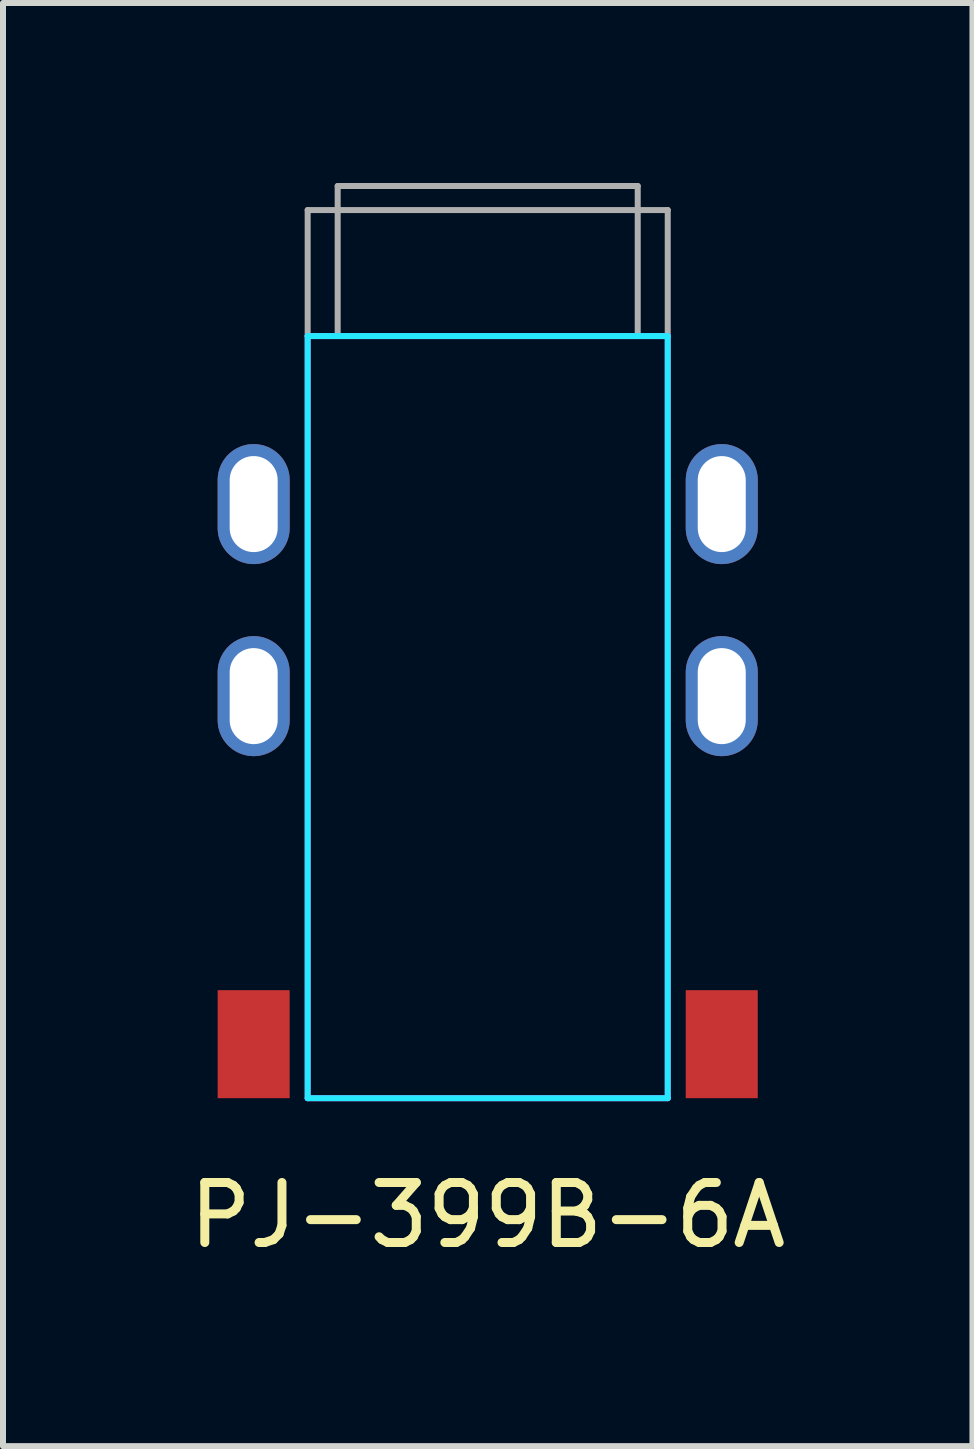
<source format=kicad_pcb>
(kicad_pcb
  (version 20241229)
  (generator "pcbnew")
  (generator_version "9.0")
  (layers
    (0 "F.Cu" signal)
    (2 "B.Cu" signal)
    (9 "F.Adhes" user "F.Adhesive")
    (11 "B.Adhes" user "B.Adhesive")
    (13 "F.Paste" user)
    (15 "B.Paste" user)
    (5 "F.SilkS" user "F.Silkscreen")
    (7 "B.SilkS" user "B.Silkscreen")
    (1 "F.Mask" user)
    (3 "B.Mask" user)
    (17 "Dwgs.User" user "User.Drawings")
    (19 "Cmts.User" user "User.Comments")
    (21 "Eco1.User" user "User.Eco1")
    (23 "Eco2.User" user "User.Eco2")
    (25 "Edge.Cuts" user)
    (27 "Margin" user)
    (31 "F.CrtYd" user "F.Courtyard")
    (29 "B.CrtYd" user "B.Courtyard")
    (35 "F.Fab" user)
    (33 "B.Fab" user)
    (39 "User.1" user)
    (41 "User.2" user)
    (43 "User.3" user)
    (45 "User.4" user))
  (footprint "PJ-399B-6A"
    (layer "F.Cu")
    (at 5.077 2.55)
    (property "Reference" "PJ-399B-6A" (at 0 14.65 0) (layer "F.SilkS") (effects (font (size 1 1) (thickness 0.15))))
    (attr smd)
    (fp_line (start -3 12.7) (end -3 0) (stroke (width 0.1) (type solid)) (layer "B.CrtYd"))
    (fp_line (start 3 0) (end -3 0) (stroke (width 0.1) (type solid)) (layer "B.CrtYd"))
    (fp_line (start 3 12.7) (end -3 12.7) (stroke (width 0.1) (type solid)) (layer "B.CrtYd"))
    (fp_line (start 3 12.7) (end 3 0) (stroke (width 0.1) (type solid)) (layer "B.CrtYd"))
    (fp_line (start -3 12.7) (end -3 0) (stroke (width 0.1) (type solid)) (layer "F.CrtYd"))
    (fp_line (start 3 0) (end -3 0) (stroke (width 0.1) (type solid)) (layer "F.CrtYd"))
    (fp_line (start 3 12.7) (end -3 12.7) (stroke (width 0.1) (type solid)) (layer "F.CrtYd"))
    (fp_line (start 3 12.7) (end 3 0) (stroke (width 0.1) (type solid)) (layer "F.CrtYd"))
    (fp_line (start -3 -2.1) (end -3 0) (stroke (width 0.1) (type default)) (layer "F.Fab"))
    (fp_line (start -2.5 0) (end -2.5 -2.5) (stroke (width 0.1) (type default)) (layer "F.Fab"))
    (fp_line (start 2.5 -2.5) (end -2.5 -2.5) (stroke (width 0.1) (type default)) (layer "F.Fab"))
    (fp_line (start 2.5 0) (end 2.5 -2.5) (stroke (width 0.1) (type default)) (layer "F.Fab"))
    (fp_line (start 3 -2.1) (end -3 -2.1) (stroke (width 0.1) (type default)) (layer "F.Fab"))
    (fp_line (start 3 -2.1) (end 3 0) (stroke (width 0.1) (type default)) (layer "F.Fab"))
    (pad "R" thru_hole oval (at -3.9 6) (size 1.2 2) (drill oval 0.8 1.6) (layers "*.Cu" "*.Mask"))
    (pad "R" thru_hole oval (at 3.9 6) (size 1.2 2) (drill oval 0.8 1.6) (layers "*.Cu" "*.Mask"))
    (pad "S" thru_hole oval (at -3.9 2.8) (size 1.2 2) (drill oval 0.8 1.6) (layers "*.Cu" "*.Mask"))
    (pad "S" thru_hole oval (at 3.9 2.8) (size 1.2 2) (drill oval 0.8 1.6) (layers "*.Cu" "*.Mask"))
    (pad "T" smd rect (at -3.9 11.8) (size 1.2 1.8) (layers "F.Cu" "F.Mask" "F.Paste"))
    (pad "T" smd rect (at 3.9 11.8) (size 1.2 1.8) (layers "F.Cu" "F.Mask" "F.Paste")))
  (gr_rect
    (start -3 -3)
    (end 13.155 21.048)
    (stroke (width 0.1) (type default))
    (fill no)
    (layer "Edge.Cuts")))
</source>
